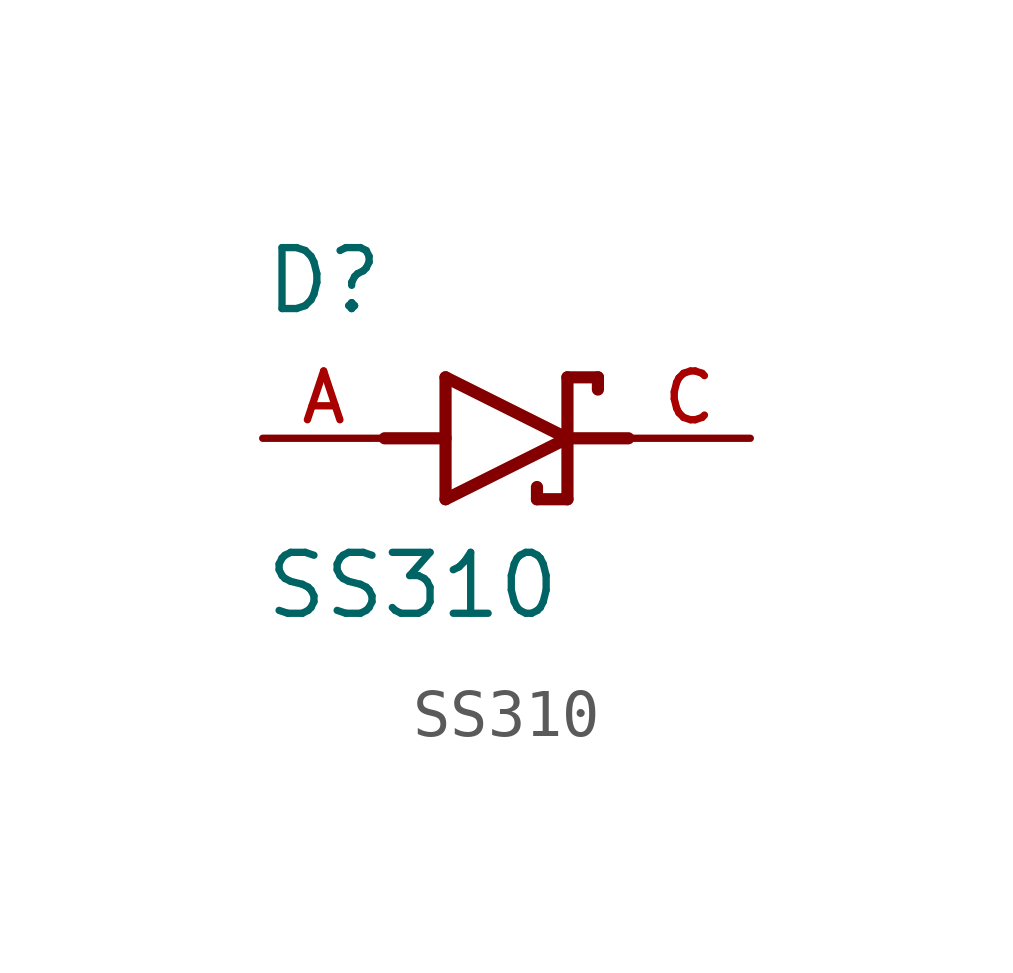
<source format=kicad_sym>
(kicad_symbol_lib
  (version 20211014)
  (generator kicad_symbol_editor)
  (symbol "SS310"
    (pin_names
      (offset 1.016))
    (property "Reference" "D"
      (at -5.08 2.54 0)
      (effects (font (size 1.27 1.27)) (justify bottom left)))
    (property "Value" "SS310"
      (at -5.08 -3.81 0)
      (effects (font (size 1.27 1.27)) (justify bottom left)))
    (symbol "SS310_0_0"
      (polyline (pts (xy -1.27 -1.27) (xy 1.27 0.0)) (stroke (width 0.254)))
      (polyline (pts (xy 1.27 0.0) (xy -1.27 1.27)) (stroke (width 0.254)))
      (polyline (pts (xy 1.905 1.27) (xy 1.27 1.27)) (stroke (width 0.254)))
      (polyline (pts (xy -1.27 1.27) (xy -1.27 -1.27)) (stroke (width 0.254)))
      (polyline (pts (xy 1.27 1.27) (xy 1.27 -1.27)) (stroke (width 0.254)))
      (polyline (pts (xy 1.905 1.27) (xy 1.905 1.016)) (stroke (width 0.254)))
      (polyline (pts (xy 1.27 -1.27) (xy 0.635 -1.27)) (stroke (width 0.254)))
      (polyline (pts (xy 0.635 -1.016) (xy 0.635 -1.27)) (stroke (width 0.254)))
      (polyline (pts (xy -2.54 0.0) (xy -1.27 0.0)) (stroke (width 0.254)))
      (polyline (pts (xy 2.54 0.0) (xy 1.27 0.0)) (stroke (width 0.254)))
      (pin passive line (at 5.08 0.0 180.0) (length 2.54) (name "~" (effects (font (size 1.016 1.016)))) (number "C" (effects (font (size 1.016 1.016)))))
      (pin passive line (at -5.08 0.0 0) (length 2.54) (name "~" (effects (font (size 1.016 1.016)))) (number "A" (effects (font (size 1.016 1.016))))))))
</source>
